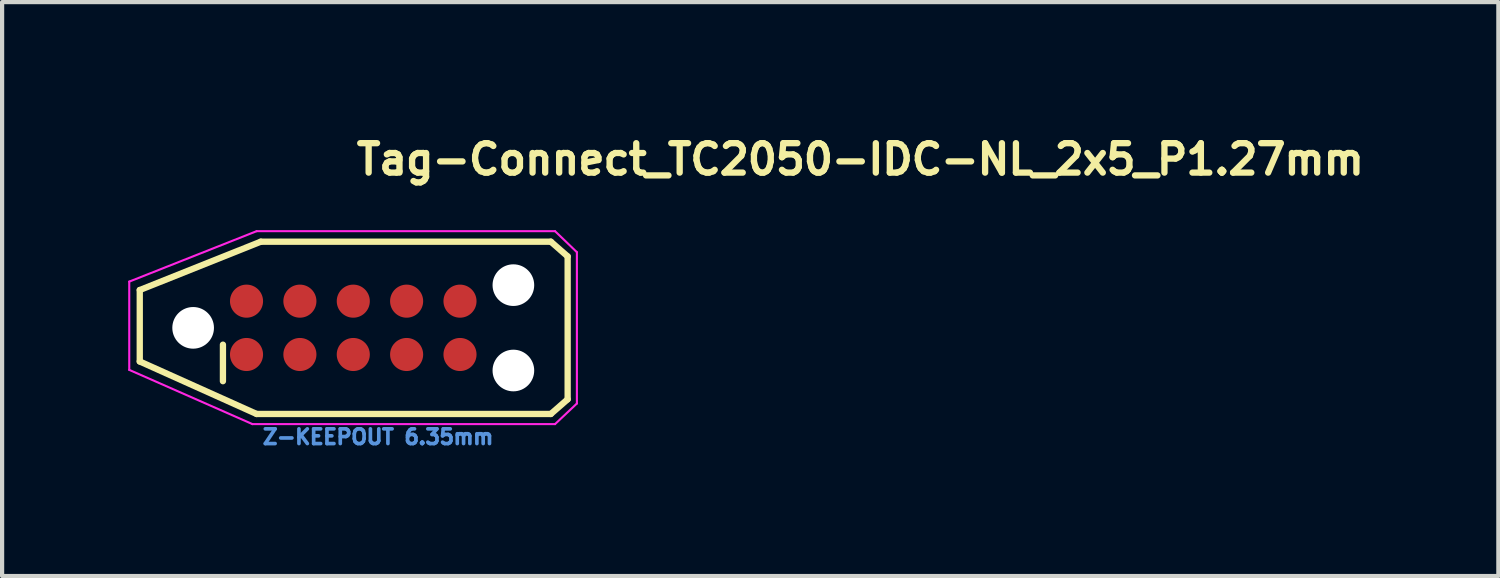
<source format=kicad_pcb>
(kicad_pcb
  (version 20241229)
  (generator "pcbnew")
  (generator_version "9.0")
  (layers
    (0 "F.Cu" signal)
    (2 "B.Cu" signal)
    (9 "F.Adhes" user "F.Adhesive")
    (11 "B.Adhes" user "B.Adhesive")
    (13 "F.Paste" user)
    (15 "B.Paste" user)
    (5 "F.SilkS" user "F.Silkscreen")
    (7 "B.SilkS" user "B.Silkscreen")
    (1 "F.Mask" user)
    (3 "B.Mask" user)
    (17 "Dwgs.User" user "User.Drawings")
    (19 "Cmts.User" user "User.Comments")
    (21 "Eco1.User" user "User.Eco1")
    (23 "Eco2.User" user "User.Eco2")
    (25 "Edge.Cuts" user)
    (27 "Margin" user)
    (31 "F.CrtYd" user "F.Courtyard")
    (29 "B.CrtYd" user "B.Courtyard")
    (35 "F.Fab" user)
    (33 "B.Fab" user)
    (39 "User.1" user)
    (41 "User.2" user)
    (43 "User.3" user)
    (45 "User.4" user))
  (footprint "Tag-Connect_TC2050-IDC-NL_2x5_P1.27mm"
    (layer "F.Cu")
    (at 5.355 4.75)
    (property "Reference" "Tag-Connect_TC2050-IDC-NL_2x5_P1.27mm" (at 0 -3.6 0) (layer "F.SilkS") (effects (font (size 0.7 0.7) (thickness 0.15)) (justify left bottom)))
    (attr exclude_from_pos_files exclude_from_bom)
    (fp_line (start -5.08 -0.9) (end -2.2 -2.05) (stroke (width 0.15) (type solid)) (layer "F.SilkS"))
    (fp_line (start -5.08 0.8) (end -5.08 -0.9) (stroke (width 0.15) (type solid)) (layer "F.SilkS"))
    (fp_line (start -3.101 1.269) (end -3.101 0.4) (stroke (width 0.15) (type solid)) (layer "F.SilkS"))
    (fp_line (start -2.3 2.049) (end -5.08 0.8) (stroke (width 0.15) (type solid)) (layer "F.SilkS"))
    (fp_line (start -2.2 -2.05) (end 4.7 -2.05) (stroke (width 0.15) (type solid)) (layer "F.SilkS"))
    (fp_line (start 4.7 -2.05) (end 5.1 -1.7) (stroke (width 0.15) (type solid)) (layer "F.SilkS"))
    (fp_line (start 4.7 2.049) (end -2.3 2.049) (stroke (width 0.15) (type solid)) (layer "F.SilkS"))
    (fp_line (start 4.7 2.049) (end 5.1 1.7) (stroke (width 0.15) (type solid)) (layer "F.SilkS"))
    (fp_line (start 5.1 -1.7) (end 5.1 1.7) (stroke (width 0.15) (type solid)) (layer "F.SilkS"))
    (fp_line (start -5.33 -1.1) (end -2.3 -2.3) (stroke (width 0.05) (type solid)) (layer "F.CrtYd"))
    (fp_line (start -5.33 1) (end -5.33 -1.1) (stroke (width 0.05) (type solid)) (layer "F.CrtYd"))
    (fp_line (start -2.4 2.29) (end -5.33 1) (stroke (width 0.05) (type solid)) (layer "F.CrtYd"))
    (fp_line (start -2.3 -2.3) (end 4.8 -2.3) (stroke (width 0.05) (type solid)) (layer "F.CrtYd"))
    (fp_line (start 4.8 -2.3) (end 5.32 -1.8) (stroke (width 0.05) (type solid)) (layer "F.CrtYd"))
    (fp_line (start 4.8 2.29) (end -2.4 2.29) (stroke (width 0.05) (type solid)) (layer "F.CrtYd"))
    (fp_line (start 4.8 2.29) (end 5.32 1.8) (stroke (width 0.05) (type solid)) (layer "F.CrtYd"))
    (fp_line (start 5.32 -1.8) (end 5.32 1.8) (stroke (width 0.05) (type solid)) (layer "F.CrtYd"))
    (fp_text user "Z-KEEPOUT 6.35mm" (at -2.2 2.8 0) (layer "Cmts.User") (effects (font (size 0.35 0.35) (thickness 0.087)) (justify left bottom)))
    (pad "" np_thru_hole circle (at -3.81 0) (size 0.991 0.991) (drill 0.991) (layers "*.Cu" "*.Mask"))
    (pad "" np_thru_hole circle (at 3.809 -1.016) (size 0.991 0.991) (drill 0.991) (layers "*.Cu" "*.Mask"))
    (pad "" np_thru_hole circle (at 3.809 1.015) (size 0.991 0.991) (drill 0.991) (layers "*.Cu" "*.Mask"))
    (pad "1" connect circle (at -2.54 0.634) (size 0.787 0.787) (layers "F.Cu" "F.Mask"))
    (pad "2" connect circle (at -1.27 0.634) (size 0.787 0.787) (layers "F.Cu" "F.Mask"))
    (pad "3" connect circle (at 0 0.634) (size 0.787 0.787) (layers "F.Cu" "F.Mask"))
    (pad "4" connect circle (at 1.269 0.634) (size 0.787 0.787) (layers "F.Cu" "F.Mask"))
    (pad "5" connect circle (at 2.539 0.634) (size 0.787 0.787) (layers "F.Cu" "F.Mask"))
    (pad "6" connect circle (at 2.539 -0.635) (size 0.787 0.787) (layers "F.Cu" "F.Mask"))
    (pad "7" connect circle (at 1.269 -0.635) (size 0.787 0.787) (layers "F.Cu" "F.Mask"))
    (pad "8" connect circle (at 0 -0.635) (size 0.787 0.787) (layers "F.Cu" "F.Mask"))
    (pad "9" connect circle (at -1.27 -0.635) (size 0.787 0.787) (layers "F.Cu" "F.Mask"))
    (pad "10" connect circle (at -2.54 -0.635) (size 0.787 0.787) (layers "F.Cu" "F.Mask")))
  (gr_rect
    (start -3 -3)
    (end 32.598 10.654)
    (stroke (width 0.1) (type default))
    (fill no)
    (layer "Edge.Cuts")))
</source>
